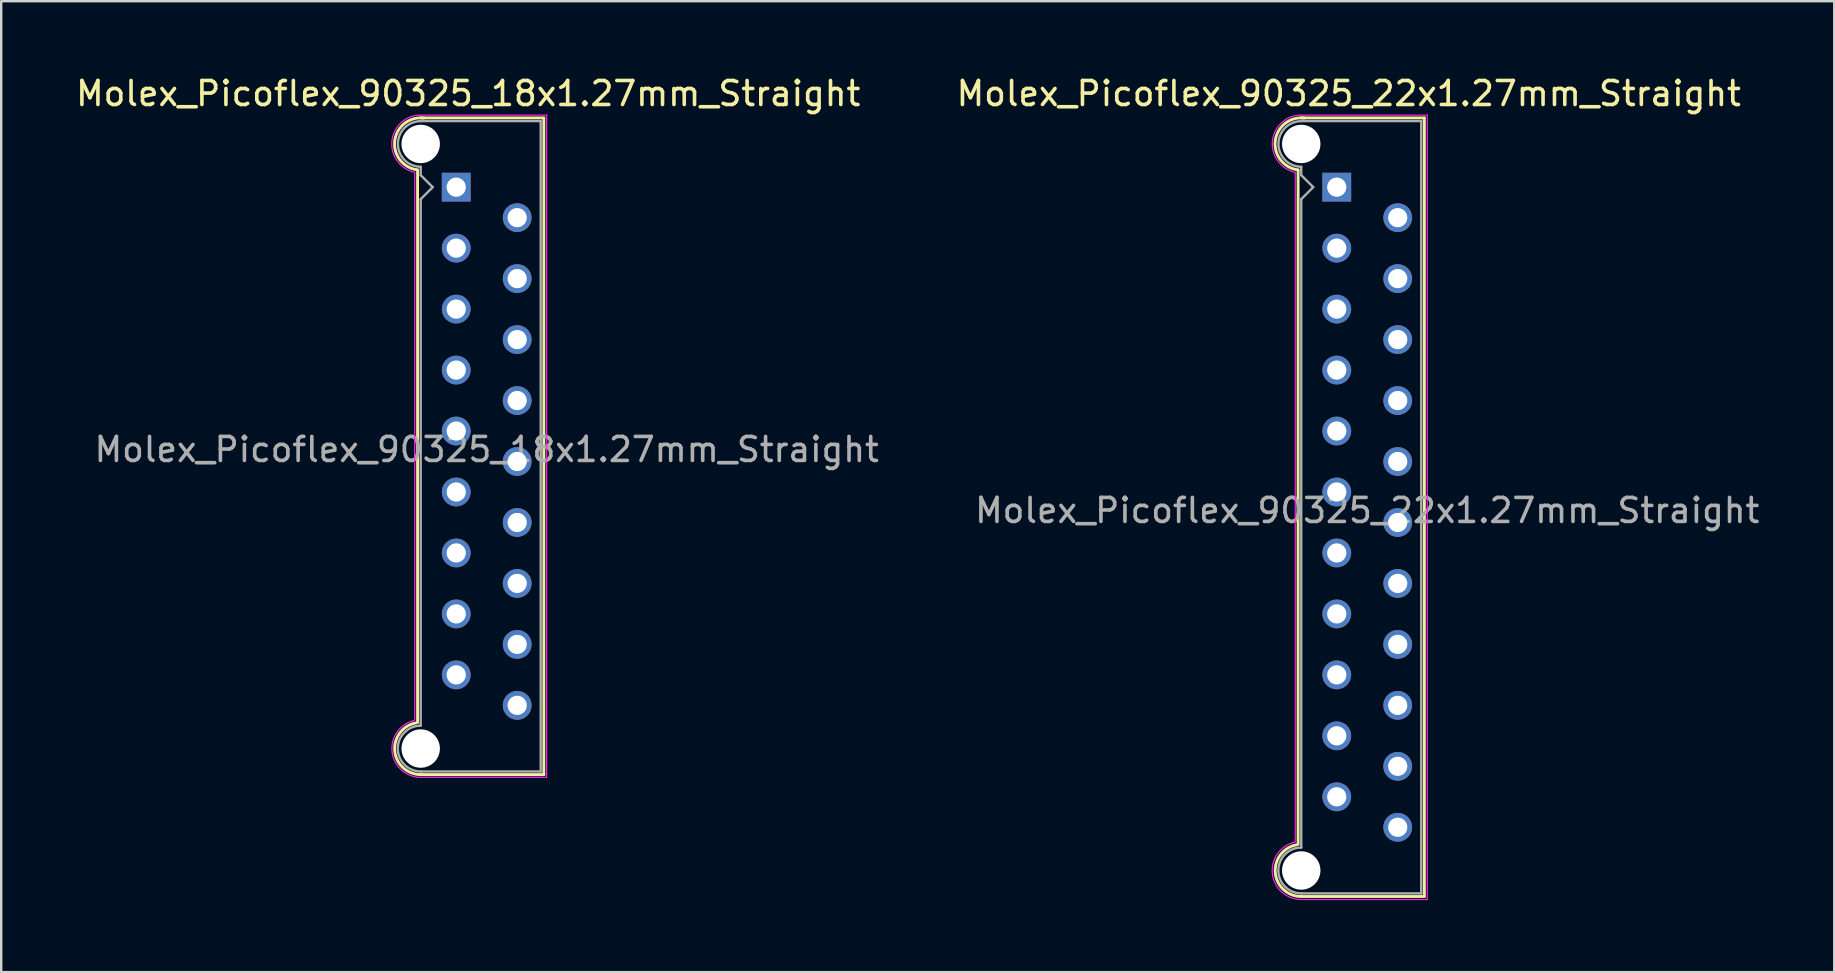
<source format=kicad_pcb>
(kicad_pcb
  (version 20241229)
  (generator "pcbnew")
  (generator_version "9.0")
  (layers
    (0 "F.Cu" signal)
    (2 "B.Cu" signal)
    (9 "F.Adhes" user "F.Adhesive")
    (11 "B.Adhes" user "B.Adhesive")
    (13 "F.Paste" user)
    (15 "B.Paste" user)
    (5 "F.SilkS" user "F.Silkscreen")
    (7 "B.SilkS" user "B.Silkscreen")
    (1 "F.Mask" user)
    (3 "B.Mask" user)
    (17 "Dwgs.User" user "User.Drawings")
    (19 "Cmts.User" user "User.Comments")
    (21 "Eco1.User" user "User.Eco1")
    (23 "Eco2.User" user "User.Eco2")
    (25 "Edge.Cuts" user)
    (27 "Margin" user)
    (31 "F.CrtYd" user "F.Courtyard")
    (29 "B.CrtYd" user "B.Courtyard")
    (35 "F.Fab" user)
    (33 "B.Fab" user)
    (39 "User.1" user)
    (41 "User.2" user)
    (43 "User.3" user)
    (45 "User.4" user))
  (footprint "Molex_Picoflex_90325_22x1.27mm_Straight"
    (layer "F.Cu")
    (at 52.645 4.748)
    (property "Reference" "Molex_Picoflex_90325_22x1.27mm_Straight" (at 0.5 -3.9 0) (layer "F.SilkS") (effects (font (size 1 1) (thickness 0.15))))
    (attr through_hole)
    (fp_line (start -1.61 -0.715) (end -1.61 27.385) (stroke (width 0.12) (type solid)) (layer "F.SilkS"))
    (fp_line (start -1.48 -2.885) (end 3.65 -2.885) (stroke (width 0.12) (type solid)) (layer "F.SilkS"))
    (fp_line (start 3.65 -2.885) (end 3.65 29.555) (stroke (width 0.12) (type solid)) (layer "F.SilkS"))
    (fp_line (start 3.65 29.555) (end -1.48 29.555) (stroke (width 0.12) (type solid)) (layer "F.SilkS"))
    (fp_arc (start -1.61 -0.72) (mid -2.56 -1.93) (end -1.35 -2.88) (stroke (width 0.12) (type solid)) (layer "F.SilkS"))
    (fp_arc (start -1.47 29.555) (mid -2.56 28.574526) (end -1.678256 27.40322) (stroke (width 0.12) (type solid)) (layer "F.SilkS"))
    (fp_line (start -1.73 -0.6) (end -1.73 27.27) (stroke (width 0.05) (type solid)) (layer "F.CrtYd"))
    (fp_line (start -1.48 -3) (end 3.77 -3) (stroke (width 0.05) (type solid)) (layer "F.CrtYd"))
    (fp_line (start 3.77 -3) (end 3.77 29.68) (stroke (width 0.05) (type solid)) (layer "F.CrtYd"))
    (fp_line (start 3.77 29.68) (end -1.48 29.68) (stroke (width 0.05) (type solid)) (layer "F.CrtYd"))
    (fp_arc (start -1.73 -0.62) (mid -2.679668 -1.925287) (end -1.480799 -3.006192) (stroke (width 0.05) (type solid)) (layer "F.CrtYd"))
    (fp_arc (start -1.47 29.68) (mid -2.682326 28.606425) (end -1.741355 27.288521) (stroke (width 0.05) (type solid)) (layer "F.CrtYd"))
    (fp_line (start -1.48 -2.755) (end 3.52 -2.755) (stroke (width 0.1) (type solid)) (layer "F.Fab"))
    (fp_line (start -1.48 -0.845) (end -1.48 -0.5) (stroke (width 0.1) (type solid)) (layer "F.Fab"))
    (fp_line (start -1.48 -0.5) (end -0.98 0) (stroke (width 0.1) (type solid)) (layer "F.Fab"))
    (fp_line (start -1.48 0.5) (end -1.48 27.515) (stroke (width 0.1) (type solid)) (layer "F.Fab"))
    (fp_line (start -0.98 0) (end -1.48 0.5) (stroke (width 0.1) (type solid)) (layer "F.Fab"))
    (fp_line (start 3.52 -2.755) (end 3.52 29.425) (stroke (width 0.1) (type solid)) (layer "F.Fab"))
    (fp_line (start 3.52 29.425) (end -1.48 29.425) (stroke (width 0.1) (type solid)) (layer "F.Fab"))
    (fp_arc (start -1.48 -0.85) (mid -2.43 -1.8) (end -1.48 -2.75) (stroke (width 0.1) (type solid)) (layer "F.Fab"))
    (fp_arc (start -1.48 29.425) (mid -2.435 28.47) (end -1.48 27.515) (stroke (width 0.1) (type solid)) (layer "F.Fab"))
    (fp_text user "${REFERENCE}" (at 1.27 13.47 0) (layer "F.Fab") (effects (font (size 1 1) (thickness 0.15))))
    (pad "" np_thru_hole circle (at -1.48 -1.8) (size 1.6 1.6) (drill 1.6) (layers "*.Cu"))
    (pad "" np_thru_hole circle (at -1.48 28.47) (size 1.6 1.6) (drill 1.6) (layers "*.Cu"))
    (pad "1" thru_hole rect (at 0 0) (size 1.2 1.2) (drill 0.8) (layers "*.Cu" "*.Mask"))
    (pad "2" thru_hole circle (at 2.54 1.27) (size 1.2 1.2) (drill 0.8) (layers "*.Cu" "*.Mask"))
    (pad "3" thru_hole circle (at 0 2.54) (size 1.2 1.2) (drill 0.8) (layers "*.Cu" "*.Mask"))
    (pad "4" thru_hole circle (at 2.54 3.81) (size 1.2 1.2) (drill 0.8) (layers "*.Cu" "*.Mask"))
    (pad "5" thru_hole circle (at 0 5.08) (size 1.2 1.2) (drill 0.8) (layers "*.Cu" "*.Mask"))
    (pad "6" thru_hole circle (at 2.54 6.35) (size 1.2 1.2) (drill 0.8) (layers "*.Cu" "*.Mask"))
    (pad "7" thru_hole circle (at 0 7.62) (size 1.2 1.2) (drill 0.8) (layers "*.Cu" "*.Mask"))
    (pad "8" thru_hole circle (at 2.54 8.89) (size 1.2 1.2) (drill 0.8) (layers "*.Cu" "*.Mask"))
    (pad "9" thru_hole circle (at 0 10.16) (size 1.2 1.2) (drill 0.8) (layers "*.Cu" "*.Mask"))
    (pad "10" thru_hole circle (at 2.54 11.43) (size 1.2 1.2) (drill 0.8) (layers "*.Cu" "*.Mask"))
    (pad "11" thru_hole circle (at 0 12.7) (size 1.2 1.2) (drill 0.8) (layers "*.Cu" "*.Mask"))
    (pad "12" thru_hole circle (at 2.54 13.97) (size 1.2 1.2) (drill 0.8) (layers "*.Cu" "*.Mask"))
    (pad "13" thru_hole circle (at 0 15.24) (size 1.2 1.2) (drill 0.8) (layers "*.Cu" "*.Mask"))
    (pad "14" thru_hole circle (at 2.54 16.51) (size 1.2 1.2) (drill 0.8) (layers "*.Cu" "*.Mask"))
    (pad "15" thru_hole circle (at 0 17.78) (size 1.2 1.2) (drill 0.8) (layers "*.Cu" "*.Mask"))
    (pad "16" thru_hole circle (at 2.54 19.05) (size 1.2 1.2) (drill 0.8) (layers "*.Cu" "*.Mask"))
    (pad "17" thru_hole circle (at 0 20.32) (size 1.2 1.2) (drill 0.8) (layers "*.Cu" "*.Mask"))
    (pad "18" thru_hole circle (at 2.54 21.59) (size 1.2 1.2) (drill 0.8) (layers "*.Cu" "*.Mask"))
    (pad "19" thru_hole circle (at 0 22.86) (size 1.2 1.2) (drill 0.8) (layers "*.Cu" "*.Mask"))
    (pad "20" thru_hole circle (at 2.54 24.13) (size 1.2 1.2) (drill 0.8) (layers "*.Cu" "*.Mask"))
    (pad "21" thru_hole circle (at 0 25.4) (size 1.2 1.2) (drill 0.8) (layers "*.Cu" "*.Mask"))
    (pad "22" thru_hole circle (at 2.54 26.67) (size 1.2 1.2) (drill 0.8) (layers "*.Cu" "*.Mask")))
  (footprint "Molex_Picoflex_90325_18x1.27mm_Straight"
    (layer "F.Cu")
    (at 15.958 4.748)
    (property "Reference" "Molex_Picoflex_90325_18x1.27mm_Straight" (at 0.5 -3.9 0) (layer "F.SilkS") (effects (font (size 1 1) (thickness 0.15))))
    (attr through_hole)
    (fp_line (start -1.61 -0.715) (end -1.61 22.305) (stroke (width 0.12) (type solid)) (layer "F.SilkS"))
    (fp_line (start -1.48 -2.885) (end 3.65 -2.885) (stroke (width 0.12) (type solid)) (layer "F.SilkS"))
    (fp_line (start 3.65 -2.885) (end 3.65 24.475) (stroke (width 0.12) (type solid)) (layer "F.SilkS"))
    (fp_line (start 3.65 24.475) (end -1.48 24.475) (stroke (width 0.12) (type solid)) (layer "F.SilkS"))
    (fp_arc (start -1.61 -0.72) (mid -2.56 -1.93) (end -1.35 -2.88) (stroke (width 0.12) (type solid)) (layer "F.SilkS"))
    (fp_arc (start -1.47 24.475) (mid -2.56 23.494526) (end -1.678256 22.32322) (stroke (width 0.12) (type solid)) (layer "F.SilkS"))
    (fp_line (start -1.73 -0.6) (end -1.73 22.19) (stroke (width 0.05) (type solid)) (layer "F.CrtYd"))
    (fp_line (start -1.48 -3) (end 3.77 -3) (stroke (width 0.05) (type solid)) (layer "F.CrtYd"))
    (fp_line (start 3.77 -3) (end 3.77 24.59) (stroke (width 0.05) (type solid)) (layer "F.CrtYd"))
    (fp_line (start 3.77 24.59) (end -1.48 24.59) (stroke (width 0.05) (type solid)) (layer "F.CrtYd"))
    (fp_arc (start -1.73 -0.62) (mid -2.679668 -1.925287) (end -1.480799 -3.006192) (stroke (width 0.05) (type solid)) (layer "F.CrtYd"))
    (fp_arc (start -1.47 24.59) (mid -2.672381 23.52538) (end -1.739276 22.218302) (stroke (width 0.05) (type solid)) (layer "F.CrtYd"))
    (fp_line (start -1.48 -2.755) (end 3.52 -2.755) (stroke (width 0.1) (type solid)) (layer "F.Fab"))
    (fp_line (start -1.48 -0.845) (end -1.48 -0.5) (stroke (width 0.1) (type solid)) (layer "F.Fab"))
    (fp_line (start -1.48 -0.5) (end -0.98 0) (stroke (width 0.1) (type solid)) (layer "F.Fab"))
    (fp_line (start -1.48 0.5) (end -1.48 22.435) (stroke (width 0.1) (type solid)) (layer "F.Fab"))
    (fp_line (start -0.98 0) (end -1.48 0.5) (stroke (width 0.1) (type solid)) (layer "F.Fab"))
    (fp_line (start 3.52 -2.755) (end 3.52 24.345) (stroke (width 0.1) (type solid)) (layer "F.Fab"))
    (fp_line (start 3.52 24.345) (end -1.48 24.345) (stroke (width 0.1) (type solid)) (layer "F.Fab"))
    (fp_arc (start -1.48 -0.85) (mid -2.43 -1.8) (end -1.48 -2.75) (stroke (width 0.1) (type solid)) (layer "F.Fab"))
    (fp_arc (start -1.48 24.345) (mid -2.435 23.39) (end -1.48 22.435) (stroke (width 0.1) (type solid)) (layer "F.Fab"))
    (fp_text user "${REFERENCE}" (at 1.27 10.93 0) (layer "F.Fab") (effects (font (size 1 1) (thickness 0.15))))
    (pad "" np_thru_hole circle (at -1.48 -1.8) (size 1.6 1.6) (drill 1.6) (layers "*.Cu"))
    (pad "" np_thru_hole circle (at -1.48 23.39) (size 1.6 1.6) (drill 1.6) (layers "*.Cu"))
    (pad "1" thru_hole rect (at 0 0) (size 1.2 1.2) (drill 0.8) (layers "*.Cu" "*.Mask"))
    (pad "2" thru_hole circle (at 2.54 1.27) (size 1.2 1.2) (drill 0.8) (layers "*.Cu" "*.Mask"))
    (pad "3" thru_hole circle (at 0 2.54) (size 1.2 1.2) (drill 0.8) (layers "*.Cu" "*.Mask"))
    (pad "4" thru_hole circle (at 2.54 3.81) (size 1.2 1.2) (drill 0.8) (layers "*.Cu" "*.Mask"))
    (pad "5" thru_hole circle (at 0 5.08) (size 1.2 1.2) (drill 0.8) (layers "*.Cu" "*.Mask"))
    (pad "6" thru_hole circle (at 2.54 6.35) (size 1.2 1.2) (drill 0.8) (layers "*.Cu" "*.Mask"))
    (pad "7" thru_hole circle (at 0 7.62) (size 1.2 1.2) (drill 0.8) (layers "*.Cu" "*.Mask"))
    (pad "8" thru_hole circle (at 2.54 8.89) (size 1.2 1.2) (drill 0.8) (layers "*.Cu" "*.Mask"))
    (pad "9" thru_hole circle (at 0 10.16) (size 1.2 1.2) (drill 0.8) (layers "*.Cu" "*.Mask"))
    (pad "10" thru_hole circle (at 2.54 11.43) (size 1.2 1.2) (drill 0.8) (layers "*.Cu" "*.Mask"))
    (pad "11" thru_hole circle (at 0 12.7) (size 1.2 1.2) (drill 0.8) (layers "*.Cu" "*.Mask"))
    (pad "12" thru_hole circle (at 2.54 13.97) (size 1.2 1.2) (drill 0.8) (layers "*.Cu" "*.Mask"))
    (pad "13" thru_hole circle (at 0 15.24) (size 1.2 1.2) (drill 0.8) (layers "*.Cu" "*.Mask"))
    (pad "14" thru_hole circle (at 2.54 16.51) (size 1.2 1.2) (drill 0.8) (layers "*.Cu" "*.Mask"))
    (pad "15" thru_hole circle (at 0 17.78) (size 1.2 1.2) (drill 0.8) (layers "*.Cu" "*.Mask"))
    (pad "16" thru_hole circle (at 2.54 19.05) (size 1.2 1.2) (drill 0.8) (layers "*.Cu" "*.Mask"))
    (pad "17" thru_hole circle (at 0 20.32) (size 1.2 1.2) (drill 0.8) (layers "*.Cu" "*.Mask"))
    (pad "18" thru_hole circle (at 2.54 21.59) (size 1.2 1.2) (drill 0.8) (layers "*.Cu" "*.Mask")))
  (gr_rect
    (start -3 -3)
    (end 73.373 37.453)
    (stroke (width 0.1) (type default))
    (fill no)
    (layer "Edge.Cuts")))
</source>
